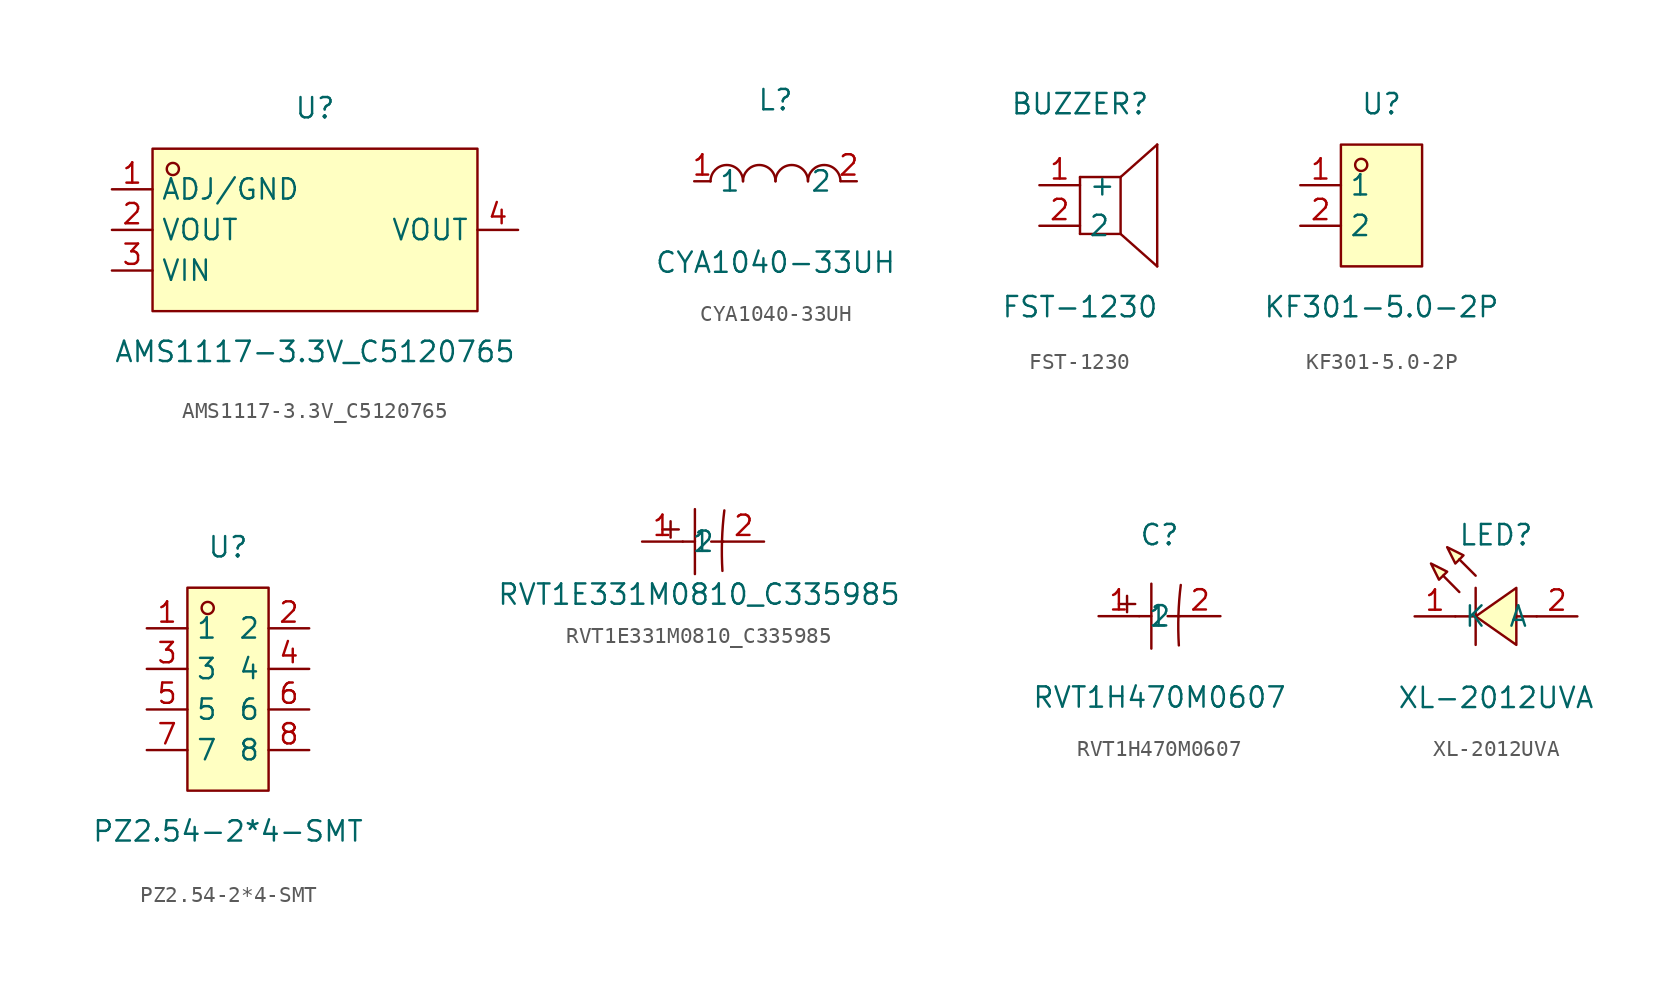
<source format=kicad_sym>
(kicad_symbol_lib
  (version 20241209)
  (generator "kicad_symbol_editor")
  (generator_version "9.0")
  (symbol "AMS1117-3.3V_C5120765"
    (property "Reference" "U"
      (at 0 7.62 0)
      (effects (font (size 1.27 1.27))))
    (property "Value" "AMS1117-3.3V_C5120765"
      (at 0 -7.62 0)
      (effects (font (size 1.27 1.27))))
    (symbol "AMS1117-3.3V_C5120765_0_1"
      (rectangle (start -10.16 5.08) (end 10.16 -5.08) (stroke (width 0) (type default)) (fill (type background)))
      (circle (center -8.89 3.81) (radius 0.38) (stroke (width 0) (type default)) (fill (type none)))
      (pin unspecified line (at -12.7 2.54 0) (length 2.54) (name "ADJ/GND" (effects (font (size 1.27 1.27)))) (number "1" (effects (font (size 1.27 1.27)))))
      (pin unspecified line (at -12.7 0 0) (length 2.54) (name "VOUT" (effects (font (size 1.27 1.27)))) (number "2" (effects (font (size 1.27 1.27)))))
      (pin unspecified line (at -12.7 -2.54 0) (length 2.54) (name "VIN" (effects (font (size 1.27 1.27)))) (number "3" (effects (font (size 1.27 1.27)))))
      (pin unspecified line (at 12.7 0 180) (length 2.54) (name "VOUT" (effects (font (size 1.27 1.27)))) (number "4" (effects (font (size 1.27 1.27)))))))
  (symbol "CYA1040-33UH"
    (property "Reference" "L"
      (at 0 5.08 0)
      (effects (font (size 1.27 1.27))))
    (property "Value" "CYA1040-33UH"
      (at 0 -5.08 0)
      (effects (font (size 1.27 1.27))))
    (symbol "CYA1040-33UH_0_1"
      (arc (start -4.06 -0.01) (mid -2.83 0.99) (end -2.03 0.01) (stroke (width 0) (type default)) (fill (type none)))
      (arc (start -2.03 -0.01) (mid -0.8 0.99) (end 0 0.01) (stroke (width 0) (type default)) (fill (type none)))
      (arc (start 0 -0.01) (mid 1.23 0.99) (end 2.03 0.01) (stroke (width 0) (type default)) (fill (type none)))
      (arc (start 2.03 -0.01) (mid 3.26 0.99) (end 4.06 0.01) (stroke (width 0) (type default)) (fill (type none)))
      (pin unspecified line (at -5.08 0 0) (length 1.016) (name "1" (effects (font (size 1.27 1.27)))) (number "1" (effects (font (size 1.27 1.27)))))
      (pin unspecified line (at 5.08 0 180) (length 1.016) (name "2" (effects (font (size 1.27 1.27)))) (number "2" (effects (font (size 1.27 1.27)))))))
  (symbol "FST-1230"
    (property "Reference" "BUZZER"
      (at 0 7.62 0)
      (effects (font (size 1.27 1.27))))
    (property "Value" "FST-1230"
      (at 0 -5.08 0)
      (effects (font (size 1.27 1.27))))
    (symbol "FST-1230_0_1"
      (polyline (pts (xy 0 3.05) (xy 0 -0.51)) (stroke (width 0) (type default)) (fill (type none)))
      (polyline (pts (xy 0 3.05) (xy 2.54 3.05)) (stroke (width 0) (type default)) (fill (type none)))
      (polyline (pts (xy 0 -0.51) (xy 2.54 -0.51)) (stroke (width 0) (type default)) (fill (type none)))
      (polyline (pts (xy 2.54 3.05) (xy 2.54 -0.51)) (stroke (width 0) (type default)) (fill (type none)))
      (polyline (pts (xy 2.54 -0.51) (xy 4.83 -2.54)) (stroke (width 0) (type default)) (fill (type none)))
      (polyline (pts (xy 4.83 5.08) (xy 2.54 3.05)) (stroke (width 0) (type default)) (fill (type none)))
      (polyline (pts (xy 4.83 5.08) (xy 4.83 -2.54)) (stroke (width 0) (type default)) (fill (type none)))
      (pin unspecified line (at -2.54 2.54 0) (length 2.54) (name "+" (effects (font (size 1.27 1.27)))) (number "1" (effects (font (size 1.27 1.27)))))
      (pin unspecified line (at -2.54 0 0) (length 2.54) (name "2" (effects (font (size 1.27 1.27)))) (number "2" (effects (font (size 1.27 1.27)))))))
  (symbol "KF301-5.0-2P"
    (property "Reference" "U"
      (at 0 6.35 0)
      (effects (font (size 1.27 1.27))))
    (property "Value" "KF301-5.0-2P"
      (at 0 -6.35 0)
      (effects (font (size 1.27 1.27))))
    (symbol "KF301-5.0-2P_0_1"
      (rectangle (start -2.54 3.81) (end 2.54 -3.81) (stroke (width 0) (type default)) (fill (type background)))
      (circle (center -1.27 2.54) (radius 0.38) (stroke (width 0) (type default)) (fill (type none)))
      (pin unspecified line (at -5.08 1.27 0) (length 2.54) (name "1" (effects (font (size 1.27 1.27)))) (number "1" (effects (font (size 1.27 1.27)))))
      (pin unspecified line (at -5.08 -1.27 0) (length 2.54) (name "2" (effects (font (size 1.27 1.27)))) (number "2" (effects (font (size 1.27 1.27)))))))
  (symbol "PZ2.54-2*4-SMT"
    (property "Reference" "U"
      (at 0 8.89 0)
      (effects (font (size 1.27 1.27))))
    (property "Value" "PZ2.54-2*4-SMT"
      (at 0 -8.89 0)
      (effects (font (size 1.27 1.27))))
    (symbol "PZ2.54-2*4-SMT_0_1"
      (rectangle (start -2.54 6.35) (end 2.54 -6.35) (stroke (width 0) (type default)) (fill (type background)))
      (circle (center -1.27 5.08) (radius 0.38) (stroke (width 0) (type default)) (fill (type none)))
      (pin unspecified line (at -5.08 3.81 0) (length 2.54) (name "1" (effects (font (size 1.27 1.27)))) (number "1" (effects (font (size 1.27 1.27)))))
      (pin unspecified line (at -5.08 1.27 0) (length 2.54) (name "3" (effects (font (size 1.27 1.27)))) (number "3" (effects (font (size 1.27 1.27)))))
      (pin unspecified line (at -5.08 -1.27 0) (length 2.54) (name "5" (effects (font (size 1.27 1.27)))) (number "5" (effects (font (size 1.27 1.27)))))
      (pin unspecified line (at -5.08 -3.81 0) (length 2.54) (name "7" (effects (font (size 1.27 1.27)))) (number "7" (effects (font (size 1.27 1.27)))))
      (pin unspecified line (at 5.08 3.81 180) (length 2.54) (name "2" (effects (font (size 1.27 1.27)))) (number "2" (effects (font (size 1.27 1.27)))))
      (pin unspecified line (at 5.08 1.27 180) (length 2.54) (name "4" (effects (font (size 1.27 1.27)))) (number "4" (effects (font (size 1.27 1.27)))))
      (pin unspecified line (at 5.08 -1.27 180) (length 2.54) (name "6" (effects (font (size 1.27 1.27)))) (number "6" (effects (font (size 1.27 1.27)))))
      (pin unspecified line (at 5.08 -3.81 180) (length 2.54) (name "8" (effects (font (size 1.27 1.27)))) (number "8" (effects (font (size 1.27 1.27)))))))
  (symbol "RVT1E331M0810_C335985"
    (property "Reference" "C"
      (at 0 10.16 0)
      (effects (font (size 1.27 1.27)) (hide yes)))
    (property "Value" "RVT1E331M0810_C335985"
      (at -0.254 -3.302 0)
      (effects (font (size 1.27 1.27))))
    (symbol "RVT1E331M0810_C335985_0_1"
      (polyline (pts (xy -2.54 0.76) (xy -1.52 0.76)) (stroke (width 0) (type default)) (fill (type none)))
      (polyline (pts (xy -2.03 1.27) (xy -2.03 0.25)) (stroke (width 0) (type default)) (fill (type none)))
      (polyline (pts (xy -1.27 0) (xy -0.51 0)) (stroke (width 0) (type default)) (fill (type none)))
      (polyline (pts (xy -0.51 2.03) (xy -0.51 -2.03)) (stroke (width 0) (type default)) (fill (type none)))
      (polyline (pts (xy 0.51 0) (xy 1.27 0)) (stroke (width 0) (type default)) (fill (type none)))
      (arc (start 1.21 -1.83) (mid 1.1844 0.0627) (end 1.33 1.95) (stroke (width 0) (type default)) (fill (type none)))
      (pin input line (at -3.81 0 0) (length 2.54) (name "1" (effects (font (size 1.27 1.27)))) (number "1" (effects (font (size 1.27 1.27)))))
      (pin input line (at 3.81 0 180) (length 2.54) (name "2" (effects (font (size 1.27 1.27)))) (number "2" (effects (font (size 1.27 1.27)))))))
  (symbol "RVT1H470M0607"
    (property "Reference" "C"
      (at 0 5.08 0)
      (effects (font (size 1.27 1.27))))
    (property "Value" "RVT1H470M0607"
      (at 0 -5.08 0)
      (effects (font (size 1.27 1.27))))
    (symbol "RVT1H470M0607_0_1"
      (polyline (pts (xy -2.54 0.76) (xy -1.52 0.76)) (stroke (width 0) (type default)) (fill (type none)))
      (polyline (pts (xy -2.03 1.27) (xy -2.03 0.25)) (stroke (width 0) (type default)) (fill (type none)))
      (polyline (pts (xy -1.27 0) (xy -0.51 0)) (stroke (width 0) (type default)) (fill (type none)))
      (polyline (pts (xy -0.51 2.03) (xy -0.51 -2.03)) (stroke (width 0) (type default)) (fill (type none)))
      (polyline (pts (xy 0.51 0) (xy 1.27 0)) (stroke (width 0) (type default)) (fill (type none)))
      (arc (start 1.21 -1.83) (mid 1.1844 0.0627) (end 1.33 1.95) (stroke (width 0) (type default)) (fill (type none)))
      (pin input line (at -3.81 0 0) (length 2.54) (name "1" (effects (font (size 1.27 1.27)))) (number "1" (effects (font (size 1.27 1.27)))))
      (pin input line (at 3.81 0 180) (length 2.54) (name "2" (effects (font (size 1.27 1.27)))) (number "2" (effects (font (size 1.27 1.27)))))))
  (symbol "XL-2012UVA"
    (property "Reference" "LED"
      (at 0 7.62 0)
      (effects (font (size 1.27 1.27))))
    (property "Value" "XL-2012UVA"
      (at 0 -2.54 0)
      (effects (font (size 1.27 1.27))))
    (symbol "XL-2012UVA_0_1"
      (polyline (pts (xy -4.06 5.84) (xy -3.05 5.33) (xy -3.56 4.83) (xy -4.06 5.84)) (stroke (width 0) (type default)) (fill (type background)))
      (polyline (pts (xy -3.05 6.86) (xy -2.03 6.35) (xy -2.54 5.84) (xy -3.05 6.86)) (stroke (width 0) (type default)) (fill (type background)))
      (polyline (pts (xy -2.29 4.06) (xy -3.3 5.08) (xy -2.29 4.06)) (stroke (width 0) (type default)) (fill (type background)))
      (polyline (pts (xy -1.27 5.08) (xy -2.29 6.1) (xy -1.27 5.08)) (stroke (width 0) (type default)) (fill (type background)))
      (polyline (pts (xy -1.27 4.32) (xy -1.27 0.76)) (stroke (width 0) (type default)) (fill (type none)))
      (polyline (pts (xy -1.27 2.54) (xy -2.54 2.54)) (stroke (width 0) (type default)) (fill (type none)))
      (polyline (pts (xy 1.27 4.32) (xy -1.27 2.54) (xy 1.27 0.76) (xy 1.27 4.32)) (stroke (width 0) (type default)) (fill (type background)))
      (polyline (pts (xy 2.54 2.54) (xy 1.27 2.54)) (stroke (width 0) (type default)) (fill (type none)))
      (pin unspecified line (at -5.08 2.54 0) (length 2.54) (name "K" (effects (font (size 1.27 1.27)))) (number "1" (effects (font (size 1.27 1.27)))))
      (pin unspecified line (at 5.08 2.54 180) (length 2.54) (name "A" (effects (font (size 1.27 1.27)))) (number "2" (effects (font (size 1.27 1.27))))))))
</source>
